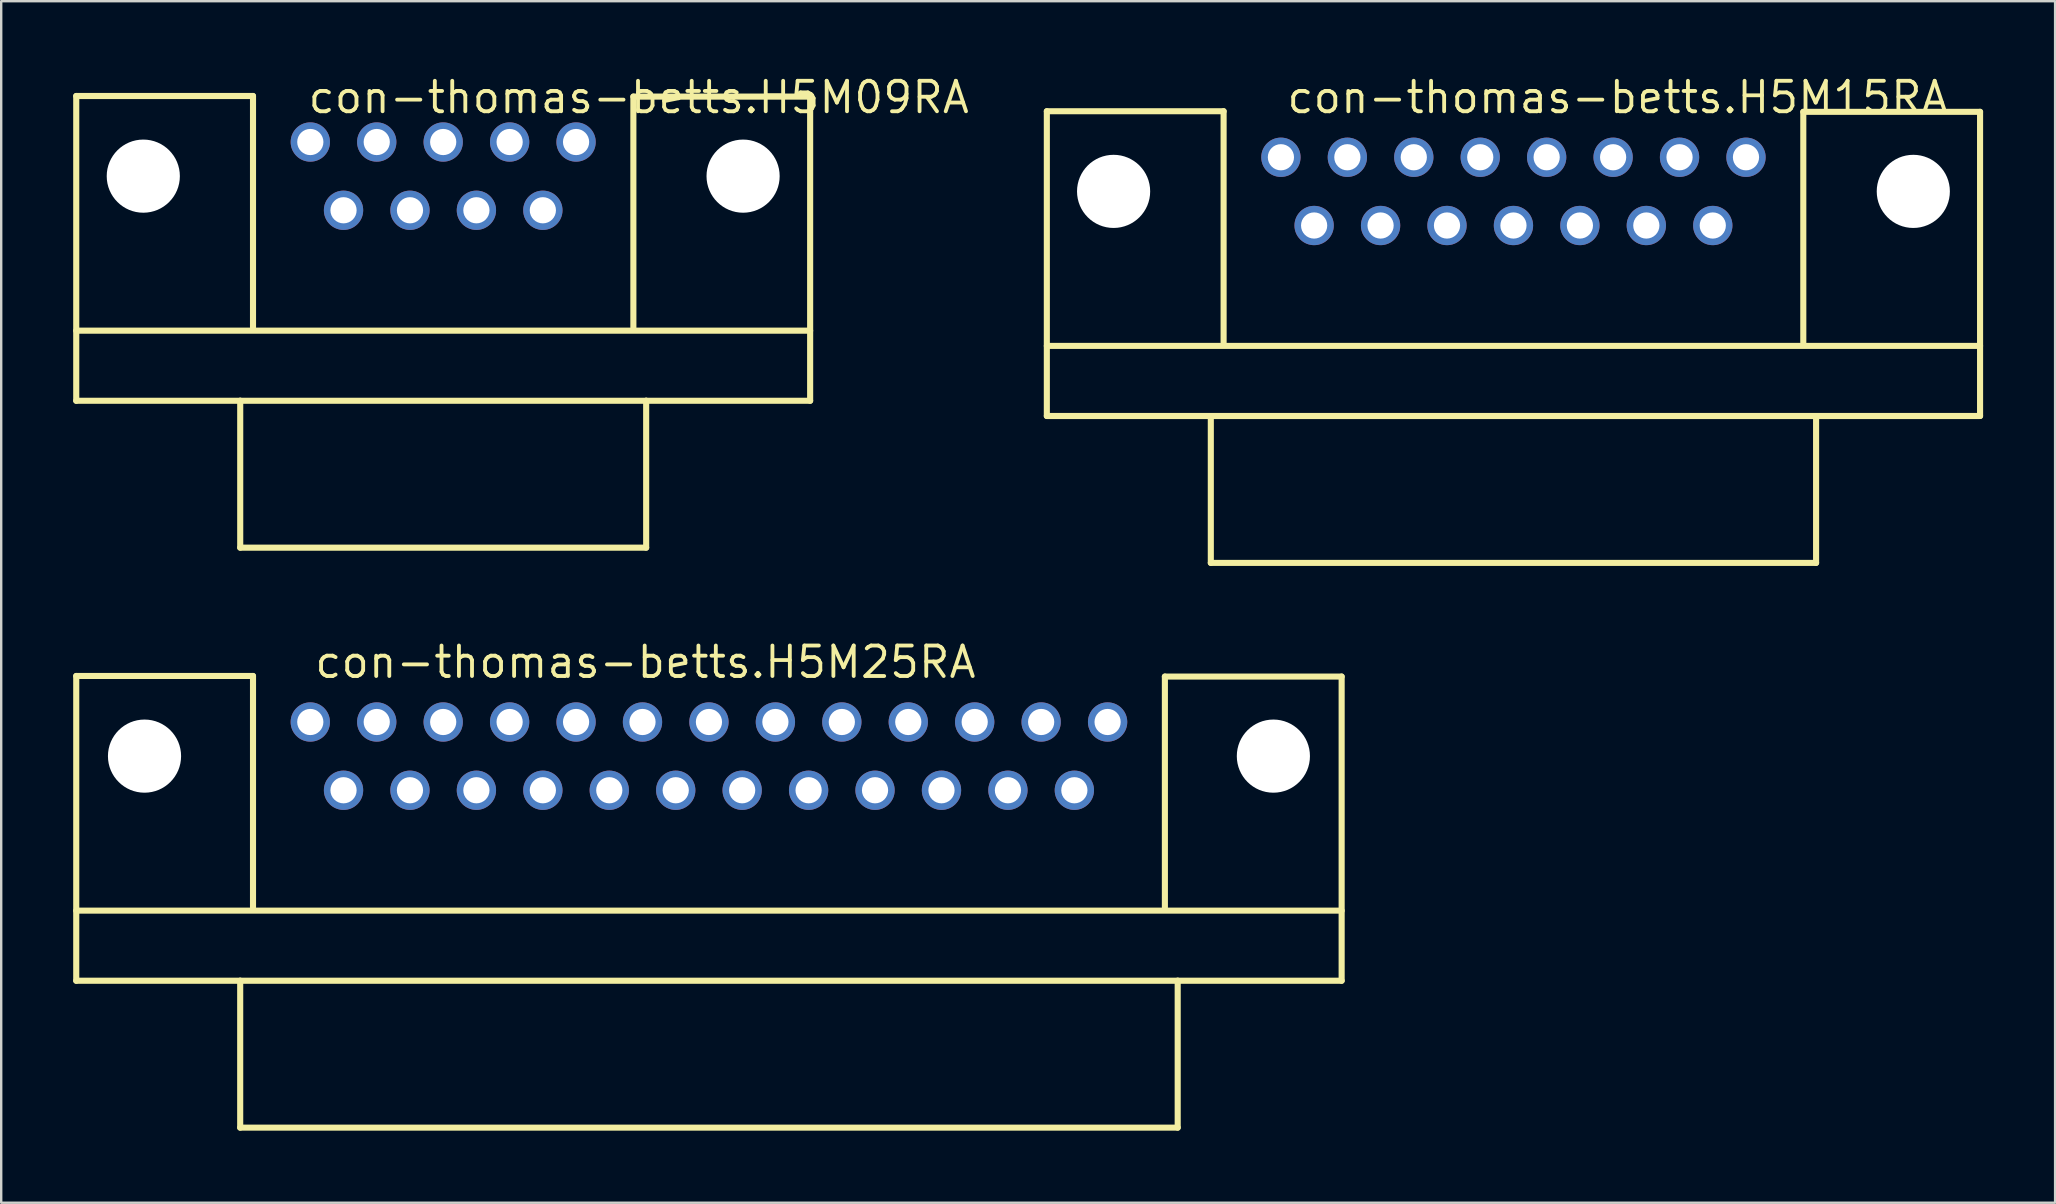
<source format=kicad_pcb>
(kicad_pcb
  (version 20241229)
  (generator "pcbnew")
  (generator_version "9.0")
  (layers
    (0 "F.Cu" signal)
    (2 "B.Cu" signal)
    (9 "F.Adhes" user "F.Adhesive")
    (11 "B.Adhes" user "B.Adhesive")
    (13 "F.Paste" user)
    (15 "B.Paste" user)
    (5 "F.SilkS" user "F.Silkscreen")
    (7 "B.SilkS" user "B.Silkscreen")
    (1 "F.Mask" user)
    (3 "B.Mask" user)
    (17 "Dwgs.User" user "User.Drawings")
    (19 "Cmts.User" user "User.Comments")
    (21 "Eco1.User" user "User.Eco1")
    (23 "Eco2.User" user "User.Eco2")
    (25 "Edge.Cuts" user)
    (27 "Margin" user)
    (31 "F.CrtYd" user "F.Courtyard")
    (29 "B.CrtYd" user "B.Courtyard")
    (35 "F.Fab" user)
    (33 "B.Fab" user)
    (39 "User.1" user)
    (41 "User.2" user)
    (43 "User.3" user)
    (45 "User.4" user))
  (footprint "con-thomas-betts.H5M09RA"
    (layer "F.Cu")
    (at 15.418 4.29)
    (property "Reference" "con-thomas-betts.H5M09RA" (at -5.715 -2.54 0) (layer "F.SilkS") (effects (font (size 1.27 1.27) (thickness 0.16)) (justify left bottom)))
    (attr through_hole)
    (fp_line (start -15.291 -3.34) (end -7.925 -3.34) (stroke (width 0.254) (type default)) (layer "F.SilkS"))
    (fp_line (start -15.291 6.439) (end 15.291 6.439) (stroke (width 0.254) (type default)) (layer "F.SilkS"))
    (fp_line (start -15.291 9.36) (end -15.291 -3.34) (stroke (width 0.254) (type default)) (layer "F.SilkS"))
    (fp_line (start -8.458 9.36) (end -15.291 9.36) (stroke (width 0.254) (type default)) (layer "F.SilkS"))
    (fp_line (start -8.458 9.36) (end 8.458 9.36) (stroke (width 0.254) (type default)) (layer "F.SilkS"))
    (fp_line (start -8.458 15.481) (end -8.458 9.36) (stroke (width 0.254) (type default)) (layer "F.SilkS"))
    (fp_line (start -7.925 -3.34) (end -7.925 6.299) (stroke (width 0.254) (type default)) (layer "F.SilkS"))
    (fp_line (start 7.925 -3.315) (end 7.925 6.299) (stroke (width 0.254) (type default)) (layer "F.SilkS"))
    (fp_line (start 8.458 9.36) (end 8.458 15.481) (stroke (width 0.254) (type default)) (layer "F.SilkS"))
    (fp_line (start 8.458 15.481) (end -8.458 15.481) (stroke (width 0.254) (type default)) (layer "F.SilkS"))
    (fp_line (start 15.291 -3.315) (end 7.925 -3.315) (stroke (width 0.254) (type default)) (layer "F.SilkS"))
    (fp_line (start 15.291 -3.315) (end 15.291 9.36) (stroke (width 0.254) (type default)) (layer "F.SilkS"))
    (fp_line (start 15.291 9.36) (end 8.458 9.36) (stroke (width 0.254) (type default)) (layer "F.SilkS"))
    (pad "" np_thru_hole circle (at -12.497 0) (size 3.048 3.048) (drill 3.048) (layers "*.Cu" "*.Mask"))
    (pad "" np_thru_hole circle (at 12.497 0) (size 3.048 3.048) (drill 3.048) (layers "*.Cu" "*.Mask"))
    (pad "1" thru_hole circle (at -5.537 -1.422) (size 1.638 1.638) (drill 1.092) (layers "*.Cu" "*.Mask"))
    (pad "2" thru_hole circle (at -2.769 -1.422) (size 1.638 1.638) (drill 1.092) (layers "*.Cu" "*.Mask"))
    (pad "3" thru_hole circle (at 0 -1.422) (size 1.638 1.638) (drill 1.092) (layers "*.Cu" "*.Mask"))
    (pad "4" thru_hole circle (at 2.769 -1.422) (size 1.638 1.638) (drill 1.092) (layers "*.Cu" "*.Mask"))
    (pad "5" thru_hole circle (at 5.537 -1.422) (size 1.638 1.638) (drill 1.092) (layers "*.Cu" "*.Mask"))
    (pad "6" thru_hole circle (at -4.153 1.422) (size 1.638 1.638) (drill 1.092) (layers "*.Cu" "*.Mask"))
    (pad "7" thru_hole circle (at -1.384 1.422) (size 1.638 1.638) (drill 1.092) (layers "*.Cu" "*.Mask"))
    (pad "8" thru_hole circle (at 1.384 1.422) (size 1.638 1.638) (drill 1.092) (layers "*.Cu" "*.Mask"))
    (pad "9" thru_hole circle (at 4.153 1.422) (size 1.638 1.638) (drill 1.092) (layers "*.Cu" "*.Mask")))
  (footprint "con-thomas-betts.H5M25RA"
    (layer "F.Cu")
    (at 26.492 28.458)
    (property "Reference" "con-thomas-betts.H5M25RA" (at -16.51 -3.175 0) (layer "F.SilkS") (effects (font (size 1.27 1.27) (thickness 0.16)) (justify left bottom)))
    (attr through_hole)
    (fp_line (start -26.365 -3.34) (end -18.999 -3.34) (stroke (width 0.254) (type default)) (layer "F.SilkS"))
    (fp_line (start -26.365 6.439) (end 26.365 6.439) (stroke (width 0.254) (type default)) (layer "F.SilkS"))
    (fp_line (start -26.365 9.36) (end -26.365 -3.34) (stroke (width 0.254) (type default)) (layer "F.SilkS"))
    (fp_line (start -19.533 9.36) (end -26.365 9.36) (stroke (width 0.254) (type default)) (layer "F.SilkS"))
    (fp_line (start -19.533 9.36) (end 19.533 9.36) (stroke (width 0.254) (type default)) (layer "F.SilkS"))
    (fp_line (start -19.533 15.481) (end -19.533 9.36) (stroke (width 0.254) (type default)) (layer "F.SilkS"))
    (fp_line (start -18.999 -3.34) (end -18.999 6.299) (stroke (width 0.254) (type default)) (layer "F.SilkS"))
    (fp_line (start 18.999 -3.315) (end 18.999 6.299) (stroke (width 0.254) (type default)) (layer "F.SilkS"))
    (fp_line (start 19.533 9.36) (end 19.533 15.481) (stroke (width 0.254) (type default)) (layer "F.SilkS"))
    (fp_line (start 19.533 15.481) (end -19.533 15.481) (stroke (width 0.254) (type default)) (layer "F.SilkS"))
    (fp_line (start 26.365 -3.315) (end 18.999 -3.315) (stroke (width 0.254) (type default)) (layer "F.SilkS"))
    (fp_line (start 26.365 -3.315) (end 26.365 9.36) (stroke (width 0.254) (type default)) (layer "F.SilkS"))
    (fp_line (start 26.365 9.36) (end 19.533 9.36) (stroke (width 0.254) (type default)) (layer "F.SilkS"))
    (pad "" np_thru_hole circle (at -23.52 0) (size 3.048 3.048) (drill 3.048) (layers "*.Cu" "*.Mask"))
    (pad "" np_thru_hole circle (at 23.52 0) (size 3.048 3.048) (drill 3.048) (layers "*.Cu" "*.Mask"))
    (pad "1" thru_hole circle (at -16.612 -1.422) (size 1.638 1.638) (drill 1.092) (layers "*.Cu" "*.Mask"))
    (pad "2" thru_hole circle (at -13.843 -1.422) (size 1.638 1.638) (drill 1.092) (layers "*.Cu" "*.Mask"))
    (pad "3" thru_hole circle (at -11.074 -1.422) (size 1.638 1.638) (drill 1.092) (layers "*.Cu" "*.Mask"))
    (pad "4" thru_hole circle (at -8.306 -1.422) (size 1.638 1.638) (drill 1.092) (layers "*.Cu" "*.Mask"))
    (pad "5" thru_hole circle (at -5.537 -1.422) (size 1.638 1.638) (drill 1.092) (layers "*.Cu" "*.Mask"))
    (pad "6" thru_hole circle (at -2.769 -1.422) (size 1.638 1.638) (drill 1.092) (layers "*.Cu" "*.Mask"))
    (pad "7" thru_hole circle (at 0 -1.422) (size 1.638 1.638) (drill 1.092) (layers "*.Cu" "*.Mask"))
    (pad "8" thru_hole circle (at 2.769 -1.422) (size 1.638 1.638) (drill 1.092) (layers "*.Cu" "*.Mask"))
    (pad "9" thru_hole circle (at 5.537 -1.422) (size 1.638 1.638) (drill 1.092) (layers "*.Cu" "*.Mask"))
    (pad "10" thru_hole circle (at 8.306 -1.422) (size 1.638 1.638) (drill 1.092) (layers "*.Cu" "*.Mask"))
    (pad "11" thru_hole circle (at 11.074 -1.422) (size 1.638 1.638) (drill 1.092) (layers "*.Cu" "*.Mask"))
    (pad "12" thru_hole circle (at 13.843 -1.422) (size 1.638 1.638) (drill 1.092) (layers "*.Cu" "*.Mask"))
    (pad "13" thru_hole circle (at 16.612 -1.422) (size 1.638 1.638) (drill 1.092) (layers "*.Cu" "*.Mask"))
    (pad "14" thru_hole circle (at -15.227 1.422) (size 1.638 1.638) (drill 1.092) (layers "*.Cu" "*.Mask"))
    (pad "15" thru_hole circle (at -12.459 1.422) (size 1.638 1.638) (drill 1.092) (layers "*.Cu" "*.Mask"))
    (pad "16" thru_hole circle (at -9.69 1.422) (size 1.638 1.638) (drill 1.092) (layers "*.Cu" "*.Mask"))
    (pad "17" thru_hole circle (at -6.921 1.422) (size 1.638 1.638) (drill 1.092) (layers "*.Cu" "*.Mask"))
    (pad "18" thru_hole circle (at -4.153 1.422) (size 1.638 1.638) (drill 1.092) (layers "*.Cu" "*.Mask"))
    (pad "19" thru_hole circle (at -1.384 1.422) (size 1.638 1.638) (drill 1.092) (layers "*.Cu" "*.Mask"))
    (pad "20" thru_hole circle (at 1.384 1.422) (size 1.638 1.638) (drill 1.092) (layers "*.Cu" "*.Mask"))
    (pad "21" thru_hole circle (at 4.153 1.422) (size 1.638 1.638) (drill 1.092) (layers "*.Cu" "*.Mask"))
    (pad "22" thru_hole circle (at 6.921 1.422) (size 1.638 1.638) (drill 1.092) (layers "*.Cu" "*.Mask"))
    (pad "23" thru_hole circle (at 9.69 1.422) (size 1.638 1.638) (drill 1.092) (layers "*.Cu" "*.Mask"))
    (pad "24" thru_hole circle (at 12.459 1.422) (size 1.638 1.638) (drill 1.092) (layers "*.Cu" "*.Mask"))
    (pad "25" thru_hole circle (at 15.227 1.422) (size 1.638 1.638) (drill 1.092) (layers "*.Cu" "*.Mask")))
  (footprint "con-thomas-betts.H5M15RA"
    (layer "F.Cu")
    (at 60.016 4.925)
    (property "Reference" "con-thomas-betts.H5M15RA" (at -9.525 -3.175 0) (layer "F.SilkS") (effects (font (size 1.27 1.27) (thickness 0.16)) (justify left bottom)))
    (attr through_hole)
    (fp_line (start -19.444 -3.34) (end -12.078 -3.34) (stroke (width 0.254) (type default)) (layer "F.SilkS"))
    (fp_line (start -19.444 6.439) (end 19.444 6.439) (stroke (width 0.254) (type default)) (layer "F.SilkS"))
    (fp_line (start -19.444 9.36) (end -19.444 -3.34) (stroke (width 0.254) (type default)) (layer "F.SilkS"))
    (fp_line (start -12.611 9.36) (end -19.444 9.36) (stroke (width 0.254) (type default)) (layer "F.SilkS"))
    (fp_line (start -12.611 9.36) (end 12.611 9.36) (stroke (width 0.254) (type default)) (layer "F.SilkS"))
    (fp_line (start -12.611 15.481) (end -12.611 9.36) (stroke (width 0.254) (type default)) (layer "F.SilkS"))
    (fp_line (start -12.078 -3.34) (end -12.078 6.299) (stroke (width 0.254) (type default)) (layer "F.SilkS"))
    (fp_line (start 12.078 -3.315) (end 12.078 6.299) (stroke (width 0.254) (type default)) (layer "F.SilkS"))
    (fp_line (start 12.611 9.36) (end 12.611 15.481) (stroke (width 0.254) (type default)) (layer "F.SilkS"))
    (fp_line (start 12.611 15.481) (end -12.611 15.481) (stroke (width 0.254) (type default)) (layer "F.SilkS"))
    (fp_line (start 19.444 -3.315) (end 12.078 -3.315) (stroke (width 0.254) (type default)) (layer "F.SilkS"))
    (fp_line (start 19.444 -3.315) (end 19.444 9.36) (stroke (width 0.254) (type default)) (layer "F.SilkS"))
    (fp_line (start 19.444 9.36) (end 12.611 9.36) (stroke (width 0.254) (type default)) (layer "F.SilkS"))
    (pad "" np_thru_hole circle (at -16.662 0) (size 3.048 3.048) (drill 3.048) (layers "*.Cu" "*.Mask"))
    (pad "" np_thru_hole circle (at 16.662 0) (size 3.048 3.048) (drill 3.048) (layers "*.Cu" "*.Mask"))
    (pad "1" thru_hole circle (at -9.69 -1.422) (size 1.638 1.638) (drill 1.092) (layers "*.Cu" "*.Mask"))
    (pad "2" thru_hole circle (at -6.921 -1.422) (size 1.638 1.638) (drill 1.092) (layers "*.Cu" "*.Mask"))
    (pad "3" thru_hole circle (at -4.153 -1.422) (size 1.638 1.638) (drill 1.092) (layers "*.Cu" "*.Mask"))
    (pad "4" thru_hole circle (at -1.384 -1.422) (size 1.638 1.638) (drill 1.092) (layers "*.Cu" "*.Mask"))
    (pad "5" thru_hole circle (at 1.384 -1.422) (size 1.638 1.638) (drill 1.092) (layers "*.Cu" "*.Mask"))
    (pad "6" thru_hole circle (at 4.153 -1.422) (size 1.638 1.638) (drill 1.092) (layers "*.Cu" "*.Mask"))
    (pad "7" thru_hole circle (at 6.921 -1.422) (size 1.638 1.638) (drill 1.092) (layers "*.Cu" "*.Mask"))
    (pad "8" thru_hole circle (at 9.69 -1.422) (size 1.638 1.638) (drill 1.092) (layers "*.Cu" "*.Mask"))
    (pad "9" thru_hole circle (at -8.306 1.422) (size 1.638 1.638) (drill 1.092) (layers "*.Cu" "*.Mask"))
    (pad "10" thru_hole circle (at -5.537 1.422) (size 1.638 1.638) (drill 1.092) (layers "*.Cu" "*.Mask"))
    (pad "11" thru_hole circle (at -2.769 1.422) (size 1.638 1.638) (drill 1.092) (layers "*.Cu" "*.Mask"))
    (pad "12" thru_hole circle (at 0 1.422) (size 1.638 1.638) (drill 1.092) (layers "*.Cu" "*.Mask"))
    (pad "13" thru_hole circle (at 2.769 1.422) (size 1.638 1.638) (drill 1.092) (layers "*.Cu" "*.Mask"))
    (pad "14" thru_hole circle (at 5.537 1.422) (size 1.638 1.638) (drill 1.092) (layers "*.Cu" "*.Mask"))
    (pad "15" thru_hole circle (at 8.306 1.422) (size 1.638 1.638) (drill 1.092) (layers "*.Cu" "*.Mask")))
  (gr_rect
    (start -3 -3)
    (end 82.587 47.067)
    (stroke (width 0.1) (type default))
    (fill no)
    (layer "Edge.Cuts")))
</source>
